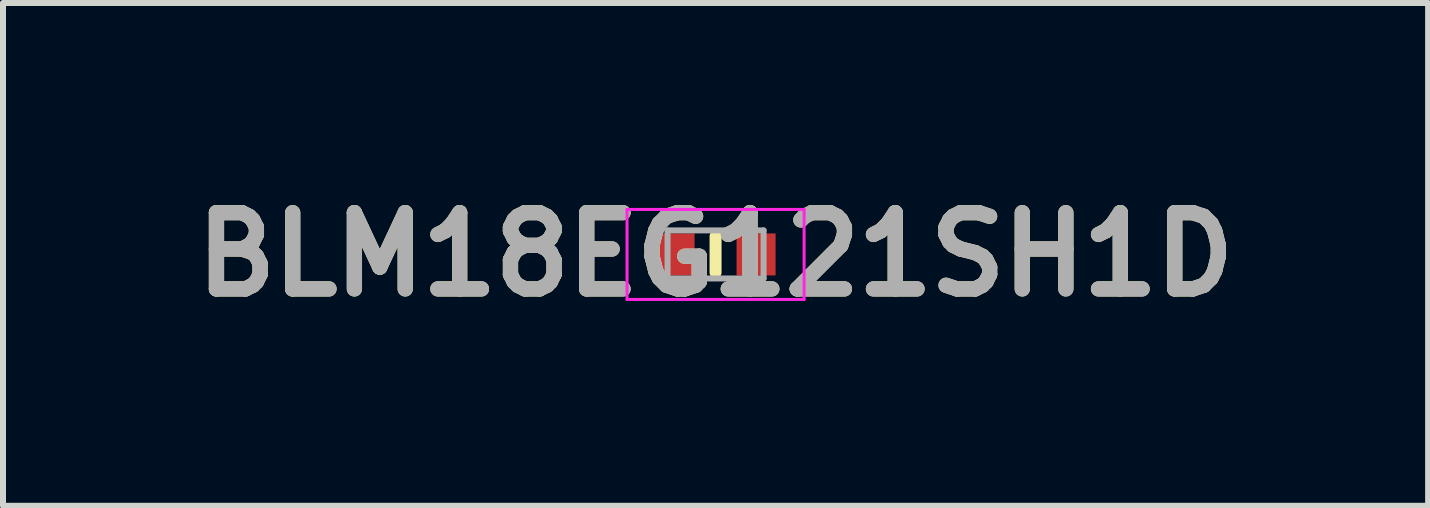
<source format=kicad_pcb>
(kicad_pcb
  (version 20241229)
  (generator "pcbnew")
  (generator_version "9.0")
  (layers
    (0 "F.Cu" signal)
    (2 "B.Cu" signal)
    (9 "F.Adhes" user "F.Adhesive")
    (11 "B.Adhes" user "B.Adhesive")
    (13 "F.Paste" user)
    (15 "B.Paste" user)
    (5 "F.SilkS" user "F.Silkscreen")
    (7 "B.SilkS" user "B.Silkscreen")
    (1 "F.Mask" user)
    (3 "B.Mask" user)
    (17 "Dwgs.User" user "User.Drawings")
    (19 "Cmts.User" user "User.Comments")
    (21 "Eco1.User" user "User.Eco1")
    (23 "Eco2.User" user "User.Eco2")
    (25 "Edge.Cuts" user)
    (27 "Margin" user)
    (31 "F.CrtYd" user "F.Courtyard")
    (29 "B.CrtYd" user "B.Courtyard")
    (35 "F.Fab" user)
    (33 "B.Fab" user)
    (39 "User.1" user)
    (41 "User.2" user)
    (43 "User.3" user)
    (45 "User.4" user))
  (footprint "BLM18EG121SH1D"
    (layer "F.Cu")
    (at 8.872 1.189)
    (property "Reference" "BLM18EG121SH1D" (at 0 0 0) (layer "F.SilkS") (effects (font (size 1.27 1.27) (thickness 0.254))))
    (attr smd)
    (fp_line (start 0 -0.3) (end 0 0.3) (stroke (width 0.2) (type solid)) (layer "F.SilkS"))
    (fp_line (start -1.475 -0.75) (end 1.475 -0.75) (stroke (width 0.05) (type solid)) (layer "F.CrtYd"))
    (fp_line (start -1.475 0.75) (end -1.475 -0.75) (stroke (width 0.05) (type solid)) (layer "F.CrtYd"))
    (fp_line (start 1.475 -0.75) (end 1.475 0.75) (stroke (width 0.05) (type solid)) (layer "F.CrtYd"))
    (fp_line (start 1.475 0.75) (end -1.475 0.75) (stroke (width 0.05) (type solid)) (layer "F.CrtYd"))
    (fp_line (start -0.8 -0.4) (end 0.8 -0.4) (stroke (width 0.1) (type solid)) (layer "F.Fab"))
    (fp_line (start -0.8 0.4) (end -0.8 -0.4) (stroke (width 0.1) (type solid)) (layer "F.Fab"))
    (fp_line (start 0.8 -0.4) (end 0.8 0.4) (stroke (width 0.1) (type solid)) (layer "F.Fab"))
    (fp_line (start 0.8 0.4) (end -0.8 0.4) (stroke (width 0.1) (type solid)) (layer "F.Fab"))
    (fp_text user "${REFERENCE}" (at 0 0 0) (layer "F.Fab") (effects (font (size 1.27 1.27) (thickness 0.254))))
    (pad "1" smd rect (at -0.675 0) (size 0.65 0.7) (layers "F.Cu" "F.Mask" "F.Paste"))
    (pad "2" smd rect (at 0.675 0) (size 0.65 0.7) (layers "F.Cu" "F.Mask" "F.Paste")))
  (gr_rect
    (start -3 -3)
    (end 20.744 5.377)
    (stroke (width 0.1) (type default))
    (fill no)
    (layer "Edge.Cuts")))
</source>
